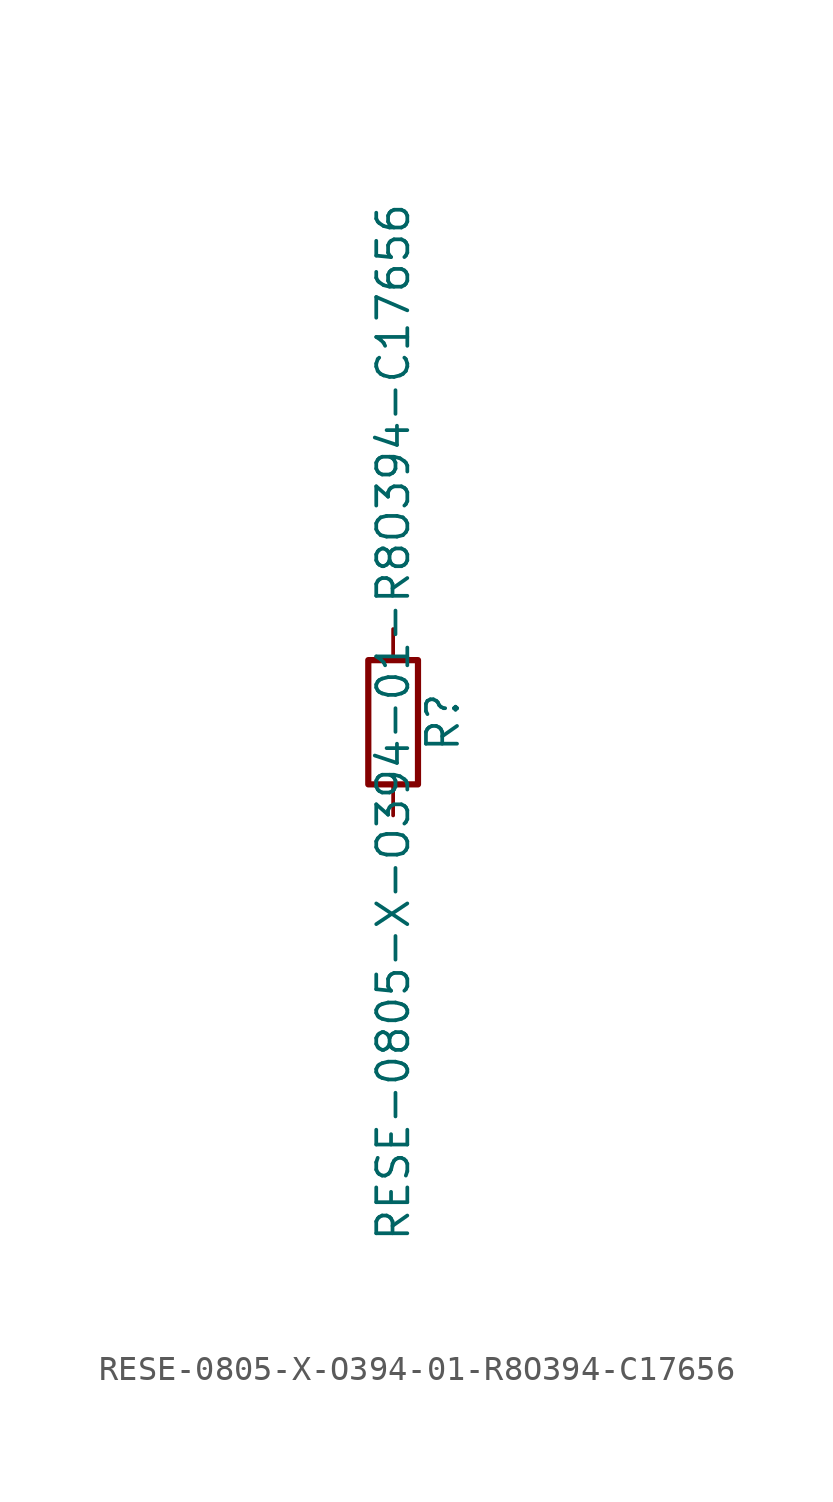
<source format=kicad_sym>
(kicad_symbol_lib
  (version 20211014)
  (generator kicad_symbol_editor)
  (symbol "RESE-0805-X-O394-01-R8O394-C17656"
    (pin_numbers hide)
    (pin_names
      (offset 0))
    (property "Reference" "R"
      (at 2.032 0 90)
      (effects (font (size 1.27 1.27))))
    (property "Value" "RESE-0805-X-O394-01-R8O394-C17656"
      (at 0 0 90)
      (effects (font (size 1.27 1.27))))
    (symbol "RESE-0805-X-O394-01-R8O394-C17656_0_1"
      (rectangle (start -1.016 -2.54) (end 1.016 2.54) (stroke (width 0.254) (type default) (color 0 0 0 0)) (fill (type none))))
    (symbol "RESE-0805-X-O394-01-R8O394-C17656_1_1"
      (pin passive line (at 0 3.81 270) (length 1.27) (name "~" (effects (font (size 1.27 1.27)))) (number "1" (effects (font (size 1.27 1.27)))))
      (pin passive line (at 0 -3.81 90) (length 1.27) (name "~" (effects (font (size 1.27 1.27)))) (number "2" (effects (font (size 1.27 1.27))))))))
</source>
